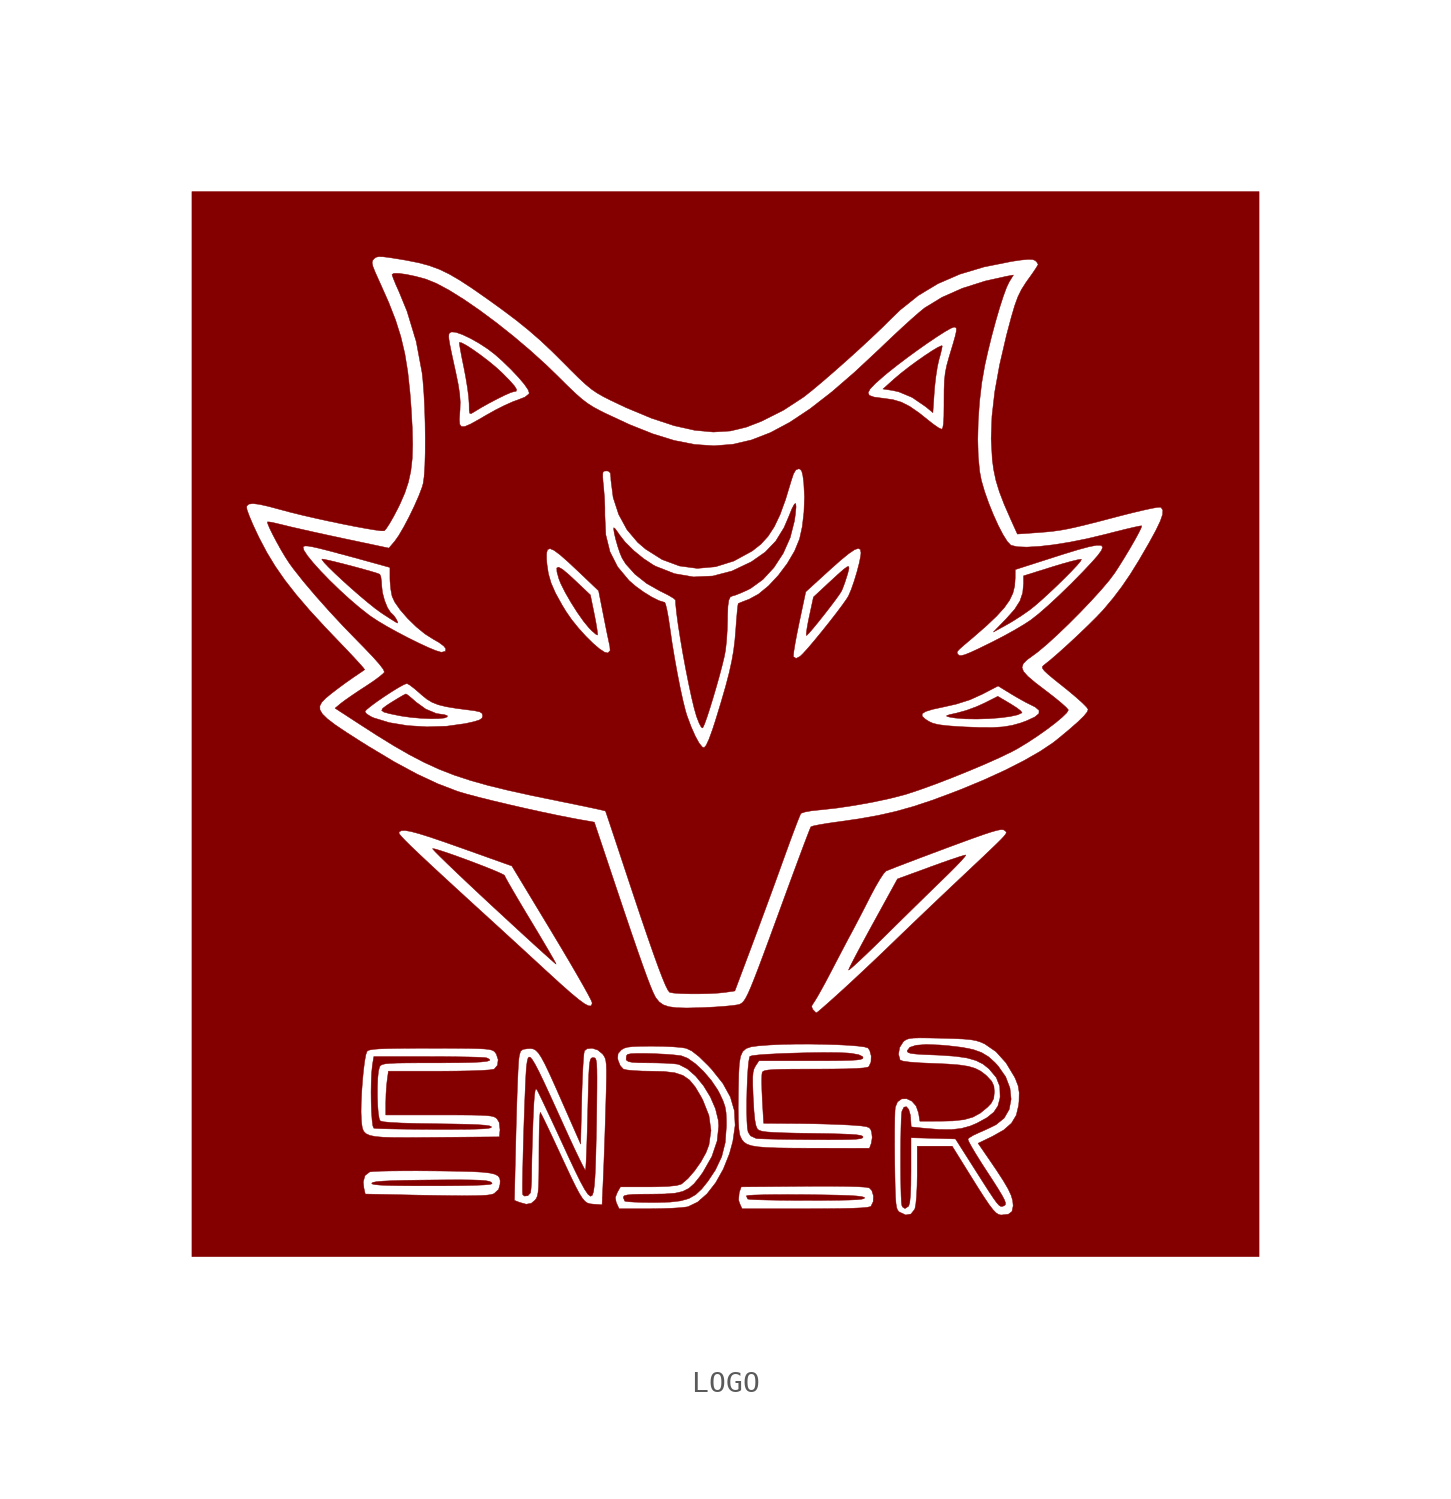
<source format=kicad_sym>
(kicad_symbol_lib
  (version 20210619)
  (generator bitmap2component)
  (symbol "LOGO"
    (pin_names
      (offset 1.016))
    (property "Reference" "#G"
      (at 0 24.373 0)
      (effects (font (size 1.27 1.27)) hide))
    (symbol "LOGO_0_0"
      (polyline (pts (xy 25.106 25.008) (xy -25.106 25.008) (xy -25.106 10.17) (xy -22.537 10.17) (xy -22.52 10.221) (xy -22.427 10.304) (xy -22.239 10.329) (xy -21.936 10.293) (xy -21.493 10.194) (xy -20.889 10.032) (xy -20.487 9.924) (xy -19.94 9.789) (xy -19.334 9.649) (xy -18.7 9.51) (xy -18.07 9.378) (xy -17.473 9.259) (xy -16.942 9.161) (xy -16.509 9.089) (xy -16.203 9.049) (xy -16.057 9.049) (xy -15.969 9.141) (xy -15.813 9.377) (xy -15.617 9.718) (xy -15.404 10.127) (xy -15.314 10.312) (xy -15.088 10.831) (xy -14.921 11.335) (xy -14.806 11.858) (xy -14.741 12.436) (xy -14.72 13.103) (xy -14.738 13.893) (xy -14.791 14.843) (xy -14.845 15.55) (xy -14.948 16.521) (xy -15.087 17.38) (xy -15.275 18.178) (xy -15.524 18.967) (xy -15.848 19.797) (xy -16.258 20.72) (xy -16.308 20.828) (xy -16.485 21.223) (xy -16.589 21.485) (xy -16.627 21.651) (xy -16.609 21.758) (xy -16.545 21.842) (xy -16.531 21.856) (xy -16.444 21.919) (xy -16.322 21.948) (xy -16.127 21.944) (xy -15.818 21.906) (xy -15.356 21.833) (xy -15.022 21.777) (xy -14.444 21.662) (xy -13.942 21.528) (xy -13.478 21.358) (xy -13.012 21.135) (xy -12.508 20.842) (xy -11.926 20.461) (xy -11.229 19.975) (xy -10.562 19.495) (xy -9.879 18.983) (xy -9.282 18.503) (xy -8.725 18.019) (xy -8.163 17.491) (xy -7.551 16.883) (xy -7.328 16.656) (xy -6.918 16.25) (xy -6.59 15.945) (xy -6.31 15.714) (xy -6.041 15.529) (xy -5.747 15.361) (xy -5.394 15.182) (xy -4.663 14.837) (xy -3.484 14.346) (xy -2.418 13.994) (xy -1.452 13.778) (xy -0.574 13.696) (xy 0.23 13.745) (xy 0.974 13.924) (xy 1.703 14.207) (xy 2.737 14.728) (xy 3.678 15.343) (xy 3.691 15.353) (xy 4.07 15.653) (xy 4.555 16.059) (xy 5.112 16.541) (xy 5.707 17.067) (xy 6.306 17.609) (xy 6.875 18.136) (xy 7.382 18.618) (xy 7.792 19.024) (xy 8.223 19.441) (xy 9.072 20.12) (xy 9.993 20.675) (xy 11.015 21.119) (xy 12.165 21.464) (xy 13.47 21.724) (xy 13.901 21.788) (xy 14.242 21.82) (xy 14.455 21.812) (xy 14.573 21.764) (xy 14.645 21.695) (xy 14.71 21.586) (xy 14.705 21.568) (xy 14.619 21.423) (xy 14.453 21.175) (xy 14.232 20.866) (xy 14.141 20.738) (xy 13.928 20.404) (xy 13.759 20.061) (xy 13.608 19.648) (xy 13.448 19.103) (xy 13.222 18.254) (xy 12.896 16.851) (xy 12.668 15.585) (xy 12.537 14.434) (xy 12.5 13.38) (xy 12.553 12.403) (xy 12.617 11.925) (xy 12.724 11.416) (xy 12.885 10.888) (xy 13.114 10.29) (xy 13.428 9.572) (xy 13.734 8.896) (xy 14.67 8.961) (xy 14.697 8.963) (xy 15.082 8.993) (xy 15.427 9.029) (xy 15.763 9.076) (xy 16.124 9.142) (xy 16.542 9.234) (xy 17.051 9.357) (xy 17.684 9.518) (xy 18.472 9.725) (xy 18.53 9.74) (xy 19.105 9.886) (xy 19.616 10.008) (xy 20.034 10.099) (xy 20.325 10.152) (xy 20.458 10.16) (xy 20.5 10.139) (xy 20.578 10.022) (xy 20.566 9.815) (xy 20.457 9.501) (xy 20.247 9.062) (xy 19.93 8.481) (xy 19.465 7.679) (xy 19.046 7.003) (xy 18.649 6.421) (xy 18.246 5.889) (xy 17.807 5.365) (xy 17.756 5.307) (xy 17.447 4.982) (xy 17.044 4.582) (xy 16.586 4.143) (xy 16.112 3.702) (xy 15.659 3.294) (xy 15.266 2.955) (xy 14.971 2.72) (xy 14.963 2.714) (xy 14.909 2.654) (xy 14.916 2.576) (xy 15.002 2.461) (xy 15.187 2.288) (xy 15.489 2.037) (xy 15.927 1.687) (xy 16.109 1.541) (xy 16.486 1.225) (xy 16.789 0.954) (xy 16.991 0.751) (xy 17.064 0.642) (xy 17.02 0.525) (xy 16.861 0.33) (xy 16.577 0.053) (xy 16.156 -0.316) (xy 15.587 -0.787) (xy 15.405 -0.928) (xy 14.795 -1.335) (xy 14.032 -1.771) (xy 13.141 -2.223) (xy 12.149 -2.676) (xy 11.082 -3.119) (xy 10.693 -3.27) (xy 9.719 -3.632) (xy 8.843 -3.922) (xy 8.012 -4.155) (xy 7.172 -4.345) (xy 6.268 -4.506) (xy 5.244 -4.652) (xy 4.789 -4.717) (xy 4.405 -4.782) (xy 4.134 -4.838) (xy 4.018 -4.879) (xy 4.013 -4.887) (xy 3.953 -5.031) (xy 3.835 -5.335) (xy 3.667 -5.777) (xy 3.457 -6.339) (xy 3.213 -6.999) (xy 2.941 -7.736) (xy 2.65 -8.532) (xy 2.405 -9.201) (xy 2.064 -10.132) (xy 1.779 -10.903) (xy 1.544 -11.53) (xy 1.351 -12.029) (xy 1.195 -12.416) (xy 1.069 -12.705) (xy 0.965 -12.912) (xy 0.878 -13.053) (xy 0.801 -13.144) (xy 0.727 -13.199) (xy 0.65 -13.235) (xy 0.6 -13.248) (xy 0.352 -13.286) (xy -0.033 -13.324) (xy -0.044 -13.325) (xy 4.048 -13.325) (xy 4.144 -13.164) (xy 4.17 -13.129) (xy 4.295 -12.928) (xy 4.481 -12.601) (xy 4.708 -12.187) (xy 4.954 -11.719) (xy 5.009 -11.614) (xy 5.279 -11.096) (xy 5.541 -10.596) (xy 5.768 -10.165) (xy 5.934 -9.856) (xy 6.082 -9.578) (xy 6.307 -9.147) (xy 6.561 -8.655) (xy 6.811 -8.164) (xy 6.826 -8.134) (xy 7.053 -7.708) (xy 7.265 -7.345) (xy 7.438 -7.085) (xy 7.55 -6.964) (xy 7.56 -6.958) (xy 7.725 -6.89) (xy 8.043 -6.765) (xy 8.492 -6.593) (xy 9.044 -6.383) (xy 9.676 -6.145) (xy 10.362 -5.889) (xy 11.022 -5.645) (xy 11.663 -5.411) (xy 12.157 -5.237) (xy 12.525 -5.117) (xy 12.787 -5.044) (xy 12.962 -5.012) (xy 13.07 -5.016) (xy 13.132 -5.049) (xy 13.133 -5.049) (xy 13.175 -5.085) (xy 13.206 -5.117) (xy 13.214 -5.157) (xy 13.184 -5.221) (xy 13.104 -5.323) (xy 12.961 -5.476) (xy 12.741 -5.694) (xy 12.432 -5.991) (xy 12.02 -6.382) (xy 11.492 -6.88) (xy 10.835 -7.499) (xy 10.674 -7.65) (xy 10.072 -8.221) (xy 9.44 -8.822) (xy 8.821 -9.413) (xy 8.259 -9.953) (xy 7.797 -10.399) (xy 7.568 -10.62) (xy 7.018 -11.145) (xy 6.44 -11.69) (xy 5.889 -12.204) (xy 5.421 -12.633) (xy 5.219 -12.816) (xy 4.859 -13.139) (xy 4.565 -13.397) (xy 4.364 -13.569) (xy 4.281 -13.632) (xy 4.237 -13.606) (xy 4.117 -13.483) (xy 4.107 -13.47) (xy 4.048 -13.325) (xy -0.044 -13.325) (xy -0.513 -13.358) (xy -1.047 -13.385) (xy -1.174 -13.389) (xy -1.822 -13.404) (xy -2.311 -13.391) (xy -2.67 -13.342) (xy -2.93 -13.253) (xy -3.121 -13.117) (xy -3.273 -12.928) (xy -3.318 -12.852) (xy -3.416 -12.648) (xy -3.542 -12.342) (xy -3.702 -11.924) (xy -3.899 -11.379) (xy -4.139 -10.697) (xy -4.426 -9.864) (xy -4.763 -8.869) (xy -5.155 -7.7) (xy -6.172 -4.661) (xy -6.886 -4.534) (xy -7.245 -4.467) (xy -7.928 -4.332) (xy -8.682 -4.173) (xy -9.469 -3.999) (xy -10.25 -3.82) (xy -10.989 -3.644) (xy -11.647 -3.479) (xy -12.189 -3.335) (xy -12.575 -3.22) (xy -12.618 -3.206) (xy -13.531 -2.857) (xy -14.515 -2.398) (xy -15.591 -1.817) (xy -16.781 -1.104) (xy -17.19 -0.848) (xy -17.85 -0.426) (xy -18.359 -0.083) (xy -18.727 0.197) (xy -18.964 0.428) (xy -19.081 0.626) (xy -19.088 0.805) (xy -18.997 0.98) (xy -18.818 1.166) (xy -18.562 1.378) (xy -18.249 1.618) (xy -17.849 1.913) (xy -17.505 2.154) (xy -17.282 2.305) (xy -17.072 2.447) (xy -16.977 2.514) (xy -16.977 2.517) (xy -17.047 2.611) (xy -17.232 2.82) (xy -17.511 3.123) (xy -17.864 3.497) (xy -18.272 3.922) (xy -18.823 4.498) (xy -19.572 5.313) (xy -20.201 6.047) (xy -20.732 6.726) (xy -21.184 7.377) (xy -21.578 8.026) (xy -21.933 8.699) (xy -22.028 8.895) (xy -22.239 9.349) (xy -22.403 9.737) (xy -22.508 10.023) (xy -22.537 10.17) (xy -25.106 10.17) (xy -25.106 -5.16) (xy -15.368 -5.16) (xy -15.34 -5.109) (xy -15.245 -5.059) (xy -15.074 -5.054) (xy -14.809 -5.099) (xy -14.432 -5.199) (xy -13.926 -5.357) (xy -13.273 -5.578) (xy -12.455 -5.866) (xy -10.052 -6.723) (xy -8.164 -9.848) (xy -8.14 -9.889) (xy -7.713 -10.601) (xy -7.321 -11.263) (xy -6.975 -11.858) (xy -6.686 -12.364) (xy -6.466 -12.762) (xy -6.326 -13.033) (xy -6.276 -13.155) (xy -6.282 -13.222) (xy -6.33 -13.305) (xy -6.442 -13.303) (xy -6.629 -13.207) (xy -6.904 -13.007) (xy -7.28 -12.696) (xy -7.769 -12.264) (xy -8.385 -11.702) (xy -8.615 -11.49) (xy -9.177 -10.973) (xy -9.735 -10.46) (xy -10.254 -9.985) (xy -10.698 -9.578) (xy -11.033 -9.272) (xy -11.805 -8.568) (xy -12.649 -7.795) (xy -13.362 -7.139) (xy -13.952 -6.592) (xy -14.427 -6.146) (xy -14.796 -5.794) (xy -15.066 -5.527) (xy -15.246 -5.337) (xy -15.344 -5.217) (xy -15.368 -5.16) (xy -25.106 -5.16) (xy -25.106 -18.295) (xy -17.148 -18.295) (xy -17.141 -17.847) (xy -17.117 -17.343) (xy -17.079 -16.823) (xy -17.032 -16.332) (xy -16.979 -15.911) (xy -16.922 -15.601) (xy -16.867 -15.445) (xy -16.827 -15.412) (xy -16.726 -15.376) (xy -16.552 -15.348) (xy -16.286 -15.328) (xy -15.906 -15.314) (xy -15.393 -15.305) (xy -14.724 -15.3) (xy -13.88 -15.299) (xy -13.349 -15.299) (xy -12.629 -15.301) (xy -12.07 -15.306) (xy -11.65 -15.316) (xy -11.345 -15.332) (xy -11.136 -15.354) (xy -10.998 -15.386) (xy -10.911 -15.426) (xy -10.852 -15.478) (xy -10.786 -15.566) (xy -10.697 -15.836) (xy -10.729 -16.098) (xy -10.879 -16.276) (xy -10.898 -16.284) (xy -11.1 -16.316) (xy -11.476 -16.342) (xy -12.008 -16.361) (xy -12.677 -16.373) (xy -13.465 -16.378) (xy -15.861 -16.378) (xy -15.923 -16.833) (xy -15.944 -17.022) (xy -15.974 -17.445) (xy -15.985 -17.862) (xy -15.985 -18.437) (xy -13.451 -18.437) (xy -13.291 -18.437) (xy -12.552 -18.438) (xy -11.98 -18.442) (xy -11.553 -18.451) (xy -11.245 -18.467) (xy -11.035 -18.49) (xy -10.898 -18.523) (xy -10.81 -18.567) (xy -10.747 -18.624) (xy -10.647 -18.793) (xy -10.609 -19.139) (xy -10.64 -19.467) (xy -13.643 -19.493) (xy -14.112 -19.497) (xy -14.932 -19.502) (xy -15.584 -19.5) (xy -16.09 -19.486) (xy -16.467 -19.454) (xy -16.735 -19.4) (xy -16.915 -19.318) (xy -17.026 -19.205) (xy -17.086 -19.055) (xy -17.116 -18.863) (xy -17.136 -18.625) (xy -17.148 -18.295) (xy -25.106 -18.295) (xy -25.106 -21.586) (xy -17.045 -21.586) (xy -16.962 -21.288) (xy -16.74 -21.117) (xy -16.734 -21.115) (xy -16.565 -21.097) (xy -16.23 -21.082) (xy -15.756 -21.072) (xy -15.171 -21.066) (xy -14.503 -21.065) (xy -13.779 -21.07) (xy -13.327 -21.075) (xy -12.535 -21.087) (xy -11.911 -21.104) (xy -11.435 -21.131) (xy -11.088 -21.171) (xy -10.85 -21.227) (xy -10.703 -21.305) (xy -10.627 -21.407) (xy -10.602 -21.538) (xy -10.61 -21.702) (xy -10.676 -21.94) (xy -10.886 -22.136) (xy -10.944 -22.159) (xy -11.063 -22.189) (xy -11.239 -22.212) (xy -11.489 -22.227) (xy -11.83 -22.236) (xy -12.279 -22.239) (xy -12.854 -22.235) (xy -13.573 -22.225) (xy -14.454 -22.21) (xy -15.512 -22.188) (xy -16.951 -22.159) (xy -17.015 -21.869) (xy -17.045 -21.586) (xy -25.106 -21.586) (xy -25.106 -22.454) (xy -9.933 -22.454) (xy -9.859 -19.342) (xy -9.85 -18.992) (xy -9.829 -18.224) (xy -9.806 -17.512) (xy -9.783 -16.885) (xy -9.761 -16.37) (xy -9.74 -15.996) (xy -9.722 -15.789) (xy -9.697 -15.625) (xy -9.639 -15.433) (xy -9.524 -15.35) (xy -9.303 -15.318) (xy -9.177 -15.312) (xy -9.047 -15.331) (xy -8.925 -15.396) (xy -8.8 -15.526) (xy -8.659 -15.74) (xy -8.49 -16.057) (xy -8.28 -16.497) (xy -8.017 -17.079) (xy -7.689 -17.821) (xy -6.816 -19.805) (xy -6.764 -17.674) (xy -6.758 -17.428) (xy -6.737 -16.817) (xy -6.713 -16.28) (xy -6.687 -15.848) (xy -6.661 -15.552) (xy -6.636 -15.421) (xy -6.515 -15.322) (xy -6.275 -15.297) (xy -6.009 -15.383) (xy -5.784 -15.568) (xy -5.726 -15.647) (xy -5.671 -15.747) (xy -5.633 -15.877) (xy -5.61 -16.064) (xy -5.6 -16.337) (xy -5.602 -16.724) (xy -5.613 -17.251) (xy -5.632 -17.947) (xy -5.632 -17.95) (xy -5.654 -18.681) (xy -5.678 -19.444) (xy -5.704 -20.184) (xy -5.728 -20.841) (xy -5.749 -21.36) (xy -5.792 -22.32) (xy -5.184 -22.32) (xy -5.09 -22.081) (xy -4.943 -21.82) (xy -3.624 -21.82) (xy -3.313 -21.819) (xy -2.72 -21.799) (xy -2.311 -21.759) (xy -2.093 -21.699) (xy -2.054 -21.675) (xy -1.77 -21.432) (xy -1.458 -21.071) (xy -1.16 -20.648) (xy -0.919 -20.215) (xy -0.778 -19.844) (xy -0.683 -19.169) (xy -0.779 -18.465) (xy -1.066 -17.74) (xy -1.156 -17.57) (xy -1.427 -17.115) (xy -1.695 -16.791) (xy -2.001 -16.578) (xy -2.383 -16.452) (xy -2.881 -16.393) (xy -3.534 -16.378) (xy -3.904 -16.372) (xy -4.319 -16.352) (xy -4.635 -16.32) (xy -4.804 -16.28) (xy -4.805 -16.279) (xy -4.953 -16.118) (xy -5.054 -15.869) (xy -5.075 -15.758) (xy -5.055 -15.548) (xy -4.904 -15.378) (xy -4.901 -15.375) (xy -4.779 -15.3) (xy -4.61 -15.25) (xy -4.356 -15.22) (xy -3.98 -15.205) (xy -3.446 -15.201) (xy -2.938 -15.209) (xy -2.466 -15.231) (xy -2.086 -15.262) (xy -1.85 -15.301) (xy -1.585 -15.427) (xy -1.241 -15.696) (xy -0.81 -16.119) (xy -0.646 -16.296) (xy -0.121 -16.956) (xy 0.23 -17.593) (xy 0.378 -18.102) (xy 0.597 -18.102) (xy 0.605 -17.359) (xy 0.609 -17.147) (xy 0.623 -16.504) (xy 0.65 -16.024) (xy 0.707 -15.682) (xy 0.809 -15.453) (xy 0.972 -15.311) (xy 1.211 -15.23) (xy 1.544 -15.186) (xy 1.986 -15.152) (xy 2.15 -15.141) (xy 2.705 -15.116) (xy 3.324 -15.104) (xy 3.974 -15.103) (xy 4.621 -15.113) (xy 5.235 -15.132) (xy 5.783 -15.16) (xy 6.232 -15.196) (xy 6.549 -15.238) (xy 6.703 -15.286) (xy 6.784 -15.395) (xy 6.856 -15.661) (xy 6.845 -15.949) (xy 6.747 -16.162) (xy 6.69 -16.19) (xy 6.5 -16.224) (xy 6.171 -16.249) (xy 5.689 -16.267) (xy 5.039 -16.276) (xy 4.208 -16.279) (xy 3.857 -16.28) (xy 3.174 -16.282) (xy 2.655 -16.289) (xy 2.277 -16.302) (xy 2.018 -16.321) (xy 1.855 -16.349) (xy 1.766 -16.386) (xy 1.727 -16.435) (xy 1.71 -16.561) (xy 1.704 -16.85) (xy 1.711 -17.248) (xy 1.731 -17.709) (xy 1.795 -18.829) (xy 3.374 -18.84) (xy 3.587 -18.842) (xy 4.23 -18.853) (xy 4.869 -18.87) (xy 5.439 -18.891) (xy 5.878 -18.914) (xy 6.004 -18.922) (xy 6.391 -18.953) (xy 6.632 -18.988) (xy 6.766 -19.041) (xy 6.835 -19.125) (xy 6.877 -19.256) (xy 6.903 -19.497) (xy 6.877 -19.672) (xy 7.955 -19.672) (xy 7.957 -19.092) (xy 7.964 -18.61) (xy 7.975 -18.259) (xy 7.991 -18.07) (xy 8.096 -17.819) (xy 8.291 -17.68) (xy 8.53 -17.674) (xy 8.769 -17.788) (xy 8.968 -18.014) (xy 9.083 -18.341) (xy 9.146 -18.731) (xy 10.187 -18.729) (xy 10.703 -18.716) (xy 11.223 -18.659) (xy 11.637 -18.542) (xy 11.99 -18.35) (xy 12.332 -18.069) (xy 12.497 -17.896) (xy 12.62 -17.663) (xy 12.651 -17.355) (xy 12.629 -17.081) (xy 12.527 -16.855) (xy 12.305 -16.614) (xy 12.236 -16.551) (xy 12.006 -16.375) (xy 11.747 -16.244) (xy 11.426 -16.149) (xy 11.01 -16.085) (xy 10.465 -16.041) (xy 9.758 -16.011) (xy 9.151 -15.985) (xy 8.662 -15.948) (xy 8.346 -15.903) (xy 8.215 -15.852) (xy 8.214 -15.851) (xy 8.14 -15.577) (xy 8.194 -15.262) (xy 8.361 -14.999) (xy 8.413 -14.952) (xy 8.51 -14.888) (xy 8.641 -14.845) (xy 8.838 -14.82) (xy 9.133 -14.811) (xy 9.56 -14.815) (xy 10.15 -14.827) (xy 10.746 -14.844) (xy 11.2 -14.865) (xy 11.532 -14.895) (xy 11.782 -14.939) (xy 11.987 -15.003) (xy 12.185 -15.09) (xy 12.203 -15.099) (xy 12.726 -15.459) (xy 13.199 -15.984) (xy 13.597 -16.644) (xy 13.644 -16.741) (xy 13.77 -17.069) (xy 13.819 -17.383) (xy 13.811 -17.788) (xy 13.793 -17.981) (xy 13.681 -18.449) (xy 13.457 -18.824) (xy 13.092 -19.144) (xy 12.56 -19.444) (xy 11.885 -19.77) (xy 12.521 -20.697) (xy 12.753 -21.039) (xy 13.073 -21.532) (xy 13.297 -21.914) (xy 13.438 -22.215) (xy 13.512 -22.463) (xy 13.534 -22.689) (xy 13.533 -22.728) (xy 13.479 -22.98) (xy 13.31 -23.108) (xy 12.991 -23.144) (xy 12.95 -23.143) (xy 12.841 -23.115) (xy 12.723 -23.037) (xy 12.582 -22.889) (xy 12.402 -22.652) (xy 12.168 -22.306) (xy 11.864 -21.831) (xy 11.475 -21.207) (xy 10.668 -19.908) (xy 9.022 -19.908) (xy 9.022 -21.217) (xy 9.022 -21.287) (xy 9.012 -21.8) (xy 8.989 -22.261) (xy 8.955 -22.622) (xy 8.915 -22.835) (xy 8.898 -22.881) (xy 8.725 -23.099) (xy 8.479 -23.143) (xy 8.183 -23.005) (xy 8.141 -22.97) (xy 8.089 -22.897) (xy 8.05 -22.779) (xy 8.021 -22.59) (xy 8 -22.305) (xy 7.985 -21.9) (xy 7.973 -21.349) (xy 7.962 -20.627) (xy 7.959 -20.316) (xy 7.955 -19.672) (xy 6.877 -19.672) (xy 6.861 -19.77) (xy 6.772 -20.006) (xy 4.097 -20.002) (xy 3.989 -20.002) (xy 3.133 -19.998) (xy 2.449 -19.988) (xy 1.917 -19.968) (xy 1.513 -19.934) (xy 1.219 -19.884) (xy 1.011 -19.812) (xy 0.869 -19.716) (xy 0.77 -19.593) (xy 0.695 -19.439) (xy 0.666 -19.344) (xy 0.627 -19.076) (xy 0.604 -18.669) (xy 0.597 -18.102) (xy 0.378 -18.102) (xy 0.418 -18.239) (xy 0.453 -18.924) (xy 0.345 -19.68) (xy 0.185 -20.265) (xy -0.103 -20.985) (xy -0.46 -21.622) (xy -0.868 -22.147) (xy -1.198 -22.437) (xy 0.614 -22.437) (xy 0.647 -22.086) (xy 0.74 -21.82) (xy 3.659 -21.794) (xy 4.087 -21.791) (xy 4.983 -21.79) (xy 5.705 -21.798) (xy 6.247 -21.814) (xy 6.604 -21.838) (xy 6.771 -21.872) (xy 6.884 -21.992) (xy 6.96 -22.242) (xy 6.949 -22.518) (xy 6.845 -22.733) (xy 6.816 -22.75) (xy 6.668 -22.783) (xy 6.394 -22.808) (xy 5.979 -22.827) (xy 5.411 -22.84) (xy 4.673 -22.848) (xy 3.754 -22.85) (xy 0.78 -22.85) (xy 0.667 -22.601) (xy 0.614 -22.437) (xy -1.198 -22.437) (xy -1.308 -22.534) (xy -1.759 -22.752) (xy -1.816 -22.764) (xy -2.096 -22.798) (xy -2.51 -22.825) (xy -3.013 -22.843) (xy -3.557 -22.85) (xy -5.006 -22.85) (xy -5.122 -22.596) (xy -5.144 -22.544) (xy -5.184 -22.32) (xy -5.792 -22.32) (xy -5.807 -22.664) (xy -6.212 -22.635) (xy -6.242 -22.632) (xy -6.38 -22.616) (xy -6.5 -22.578) (xy -6.613 -22.498) (xy -6.733 -22.358) (xy -6.873 -22.136) (xy -7.044 -21.815) (xy -7.26 -21.374) (xy -7.532 -20.794) (xy -7.875 -20.055) (xy -7.875 -20.055) (xy -8.121 -19.526) (xy -8.342 -19.059) (xy -8.523 -18.683) (xy -8.651 -18.426) (xy -8.711 -18.319) (xy -8.717 -18.32) (xy -8.736 -18.439) (xy -8.752 -18.718) (xy -8.766 -19.131) (xy -8.774 -19.65) (xy -8.777 -20.246) (xy -8.777 -20.303) (xy -8.779 -20.969) (xy -8.785 -21.47) (xy -8.798 -21.832) (xy -8.82 -22.083) (xy -8.853 -22.25) (xy -8.9 -22.363) (xy -8.964 -22.448) (xy -9.137 -22.593) (xy -9.374 -22.638) (xy -9.698 -22.548) (xy -9.933 -22.454) (xy -25.106 -22.454) (xy -25.106 -25.106) (xy 25.106 -25.106) (xy 25.106 25.008)) (stroke (width 0.01)) (fill (type outline)))
      (polyline (pts (xy 8.611 -22.733) (xy 8.62 -22.721) (xy 8.668 -22.561) (xy 8.702 -22.238) (xy 8.722 -21.742) (xy 8.728 -21.062) (xy 8.728 -19.509) (xy 10.821 -19.565) (xy 11.783 -21.078) (xy 12.118 -21.605) (xy 12.402 -22.046) (xy 12.611 -22.36) (xy 12.761 -22.567) (xy 12.868 -22.686) (xy 12.948 -22.738) (xy 13.016 -22.742) (xy 13.089 -22.718) (xy 13.116 -22.706) (xy 13.168 -22.659) (xy 13.175 -22.576) (xy 13.127 -22.436) (xy 13.011 -22.216) (xy 12.819 -21.897) (xy 12.539 -21.458) (xy 12.16 -20.876) (xy 12.038 -20.687) (xy 11.78 -20.274) (xy 11.576 -19.93) (xy 11.445 -19.686) (xy 11.406 -19.573) (xy 11.455 -19.52) (xy 11.645 -19.402) (xy 11.923 -19.272) (xy 12.082 -19.204) (xy 12.44 -19.04) (xy 12.729 -18.896) (xy 12.732 -18.894) (xy 13.112 -18.587) (xy 13.348 -18.177) (xy 13.439 -17.695) (xy 13.385 -17.174) (xy 13.184 -16.645) (xy 12.834 -16.141) (xy 12.678 -15.971) (xy 12.376 -15.699) (xy 12.051 -15.502) (xy 11.66 -15.362) (xy 11.159 -15.261) (xy 10.505 -15.182) (xy 10.088 -15.146) (xy 9.437 -15.122) (xy 8.967 -15.158) (xy 8.673 -15.253) (xy 8.553 -15.409) (xy 8.552 -15.447) (xy 8.595 -15.501) (xy 8.72 -15.541) (xy 8.957 -15.571) (xy 9.332 -15.595) (xy 9.876 -15.617) (xy 10.156 -15.629) (xy 10.838 -15.679) (xy 11.369 -15.758) (xy 11.783 -15.876) (xy 12.112 -16.04) (xy 12.389 -16.259) (xy 12.405 -16.274) (xy 12.74 -16.675) (xy 12.905 -17.091) (xy 12.921 -17.574) (xy 12.912 -17.656) (xy 12.817 -18.016) (xy 12.622 -18.309) (xy 12.295 -18.571) (xy 11.806 -18.835) (xy 11.508 -18.96) (xy 11.093 -19.073) (xy 10.622 -19.125) (xy 10.051 -19.12) (xy 9.336 -19.061) (xy 8.738 -18.998) (xy 8.709 -18.547) (xy 8.697 -18.436) (xy 8.623 -18.178) (xy 8.514 -18.05) (xy 8.397 -18.07) (xy 8.301 -18.261) (xy 8.287 -18.361) (xy 8.269 -18.644) (xy 8.256 -19.057) (xy 8.247 -19.564) (xy 8.242 -20.128) (xy 8.241 -20.714) (xy 8.244 -21.285) (xy 8.251 -21.805) (xy 8.262 -22.237) (xy 8.278 -22.546) (xy 8.297 -22.695) (xy 8.332 -22.769) (xy 8.445 -22.842) (xy 8.611 -22.733)) (stroke (width 0.01)) (fill (type outline)))
      (polyline (pts (xy -3.246 -22.555) (xy -2.602 -22.537) (xy -2.107 -22.479) (xy -1.72 -22.368) (xy -1.405 -22.187) (xy -1.121 -21.923) (xy -0.829 -21.559) (xy -0.478 -21.032) (xy -0.179 -20.401) (xy -0.013 -19.737) (xy 0.042 -18.975) (xy 0.042 -18.709) (xy 0.028 -18.339) (xy -0.02 -18.052) (xy -0.114 -17.776) (xy -0.271 -17.439) (xy -0.37 -17.255) (xy -0.671 -16.809) (xy -1.03 -16.389) (xy -1.411 -16.031) (xy -1.775 -15.773) (xy -2.085 -15.651) (xy -2.412 -15.612) (xy -2.841 -15.579) (xy -3.305 -15.556) (xy -3.76 -15.543) (xy -4.158 -15.543) (xy -4.453 -15.556) (xy -4.599 -15.584) (xy -4.66 -15.65) (xy -4.676 -15.828) (xy -4.654 -15.867) (xy -4.562 -15.927) (xy -4.378 -15.963) (xy -4.067 -15.98) (xy -3.595 -15.985) (xy -3.306 -15.988) (xy -2.861 -16) (xy -2.494 -16.021) (xy -2.264 -16.047) (xy -2.183 -16.068) (xy -1.794 -16.268) (xy -1.401 -16.614) (xy -1.03 -17.068) (xy -0.712 -17.59) (xy -0.472 -18.143) (xy -0.339 -18.689) (xy -0.319 -18.952) (xy -0.393 -19.66) (xy -0.641 -20.393) (xy -1.056 -21.123) (xy -1.222 -21.357) (xy -1.478 -21.674) (xy -1.73 -21.895) (xy -2.019 -22.038) (xy -2.385 -22.119) (xy -2.867 -22.155) (xy -3.504 -22.164) (xy -3.933 -22.166) (xy -4.353 -22.177) (xy -4.621 -22.201) (xy -4.764 -22.239) (xy -4.805 -22.294) (xy -4.802 -22.342) (xy -4.74 -22.491) (xy -4.733 -22.495) (xy -4.586 -22.519) (xy -4.289 -22.538) (xy -3.88 -22.551) (xy -3.398 -22.556) (xy -3.246 -22.555)) (stroke (width 0.01)) (fill (type outline)))
      (polyline (pts (xy 4.623 -22.456) (xy 5.294 -22.451) (xy 5.802 -22.441) (xy 6.164 -22.425) (xy 6.397 -22.402) (xy 6.519 -22.373) (xy 6.546 -22.335) (xy 6.52 -22.31) (xy 6.396 -22.276) (xy 6.159 -22.249) (xy 5.792 -22.227) (xy 5.277 -22.21) (xy 4.6 -22.197) (xy 3.743 -22.187) (xy 3.62 -22.186) (xy 2.917 -22.183) (xy 2.286 -22.186) (xy 1.752 -22.194) (xy 1.34 -22.206) (xy 1.075 -22.223) (xy 0.981 -22.244) (xy 0.981 -22.251) (xy 1.046 -22.392) (xy 1.05 -22.395) (xy 1.183 -22.412) (xy 1.484 -22.427) (xy 1.927 -22.439) (xy 2.486 -22.449) (xy 3.135 -22.456) (xy 3.849 -22.458) (xy 4.623 -22.456)) (stroke (width 0.01)) (fill (type outline)))
      (polyline (pts (xy -6.267 -22.217) (xy -6.21 -22.045) (xy -6.171 -21.755) (xy -6.141 -21.355) (xy -6.133 -21.214) (xy -6.115 -20.775) (xy -6.098 -20.201) (xy -6.082 -19.534) (xy -6.068 -18.818) (xy -6.058 -18.094) (xy -6.055 -17.869) (xy -6.048 -17.181) (xy -6.046 -16.66) (xy -6.051 -16.283) (xy -6.063 -16.026) (xy -6.086 -15.866) (xy -6.119 -15.781) (xy -6.166 -15.746) (xy -6.227 -15.74) (xy -6.268 -15.743) (xy -6.318 -15.767) (xy -6.358 -15.834) (xy -6.388 -15.966) (xy -6.412 -16.185) (xy -6.432 -16.512) (xy -6.449 -16.971) (xy -6.465 -17.582) (xy -6.484 -18.367) (xy -6.484 -18.368) (xy -6.502 -19.066) (xy -6.521 -19.697) (xy -6.54 -20.235) (xy -6.559 -20.656) (xy -6.575 -20.932) (xy -6.59 -21.039) (xy -6.617 -21.007) (xy -6.716 -20.826) (xy -6.875 -20.506) (xy -7.083 -20.071) (xy -7.328 -19.545) (xy -7.599 -18.951) (xy -7.905 -18.276) (xy -8.259 -17.499) (xy -8.546 -16.88) (xy -8.774 -16.405) (xy -8.951 -16.064) (xy -9.084 -15.842) (xy -9.18 -15.729) (xy -9.248 -15.712) (xy -9.296 -15.777) (xy -9.33 -15.913) (xy -9.359 -16.108) (xy -9.374 -16.263) (xy -9.394 -16.597) (xy -9.416 -17.057) (xy -9.439 -17.616) (xy -9.462 -18.242) (xy -9.485 -18.908) (xy -9.505 -19.583) (xy -9.523 -20.238) (xy -9.537 -20.844) (xy -9.547 -21.371) (xy -9.552 -21.791) (xy -9.55 -22.073) (xy -9.541 -22.188) (xy -9.459 -22.254) (xy -9.3 -22.236) (xy -9.18 -22.107) (xy -9.175 -22.093) (xy -9.148 -21.901) (xy -9.128 -21.582) (xy -9.12 -21.2) (xy -9.119 -21.01) (xy -9.111 -20.561) (xy -9.096 -20) (xy -9.078 -19.38) (xy -9.056 -18.756) (xy -9.043 -18.435) (xy -9.017 -17.895) (xy -8.989 -17.524) (xy -8.959 -17.303) (xy -8.923 -17.213) (xy -8.88 -17.236) (xy -8.88 -17.236) (xy -8.809 -17.371) (xy -8.669 -17.658) (xy -8.472 -18.073) (xy -8.228 -18.591) (xy -7.951 -19.186) (xy -7.652 -19.834) (xy -7.43 -20.316) (xy -7.098 -21.023) (xy -6.832 -21.563) (xy -6.624 -21.944) (xy -6.466 -22.175) (xy -6.349 -22.263) (xy -6.267 -22.217)) (stroke (width 0.01)) (fill (type outline)))
      (polyline (pts (xy -13.225 -21.77) (xy -12.445 -21.762) (xy -11.821 -21.749) (xy -11.363 -21.73) (xy -11.08 -21.705) (xy -10.984 -21.675) (xy -10.984 -21.666) (xy -11.014 -21.609) (xy -11.105 -21.564) (xy -11.276 -21.531) (xy -11.548 -21.508) (xy -11.938 -21.495) (xy -12.467 -21.489) (xy -13.153 -21.491) (xy -14.016 -21.499) (xy -14.353 -21.503) (xy -15.112 -21.515) (xy -15.697 -21.531) (xy -16.127 -21.551) (xy -16.418 -21.577) (xy -16.585 -21.609) (xy -16.647 -21.649) (xy -16.648 -21.652) (xy -16.615 -21.688) (xy -16.487 -21.716) (xy -16.247 -21.738) (xy -15.88 -21.754) (xy -15.366 -21.764) (xy -14.691 -21.77) (xy -13.836 -21.771) (xy -13.225 -21.77)) (stroke (width 0.01)) (fill (type outline)))
      (polyline (pts (xy 5.431 -19.6) (xy 5.863 -19.592) (xy 6.161 -19.577) (xy 6.348 -19.553) (xy 6.445 -19.52) (xy 6.473 -19.476) (xy 6.448 -19.434) (xy 6.352 -19.398) (xy 6.163 -19.37) (xy 5.862 -19.348) (xy 5.428 -19.331) (xy 4.838 -19.316) (xy 4.073 -19.304) (xy 3.308 -19.292) (xy 2.712 -19.277) (xy 2.266 -19.259) (xy 1.947 -19.236) (xy 1.732 -19.206) (xy 1.597 -19.167) (xy 1.521 -19.118) (xy 1.494 -19.084) (xy 1.43 -18.929) (xy 1.38 -18.661) (xy 1.34 -18.253) (xy 1.307 -17.677) (xy 1.3 -17.532) (xy 1.281 -17.029) (xy 1.28 -16.676) (xy 1.3 -16.434) (xy 1.342 -16.268) (xy 1.409 -16.138) (xy 1.574 -15.887) (xy 4.139 -15.887) (xy 4.884 -15.885) (xy 5.457 -15.879) (xy 5.879 -15.868) (xy 6.17 -15.851) (xy 6.352 -15.825) (xy 6.446 -15.791) (xy 6.473 -15.747) (xy 6.446 -15.687) (xy 6.268 -15.602) (xy 5.909 -15.537) (xy 5.723 -15.521) (xy 5.338 -15.506) (xy 4.848 -15.5) (xy 4.285 -15.503) (xy 3.685 -15.514) (xy 3.079 -15.531) (xy 2.502 -15.553) (xy 1.988 -15.58) (xy 1.569 -15.61) (xy 1.279 -15.643) (xy 1.151 -15.677) (xy 1.13 -15.723) (xy 1.09 -15.943) (xy 1.056 -16.298) (xy 1.029 -16.749) (xy 1.01 -17.257) (xy 0.999 -17.781) (xy 0.998 -18.281) (xy 1.008 -18.717) (xy 1.029 -19.05) (xy 1.064 -19.239) (xy 1.178 -19.42) (xy 1.442 -19.543) (xy 1.533 -19.551) (xy 1.817 -19.563) (xy 2.246 -19.575) (xy 2.789 -19.585) (xy 3.416 -19.593) (xy 4.094 -19.599) (xy 4.846 -19.602) (xy 5.431 -19.6)) (stroke (width 0.01)) (fill (type outline)))
      (polyline (pts (xy -12.255 -19.113) (xy -11.749 -19.104) (xy -11.388 -19.089) (xy -11.156 -19.067) (xy -11.035 -19.038) (xy -11.008 -19.001) (xy -11.017 -18.988) (xy -11.109 -18.95) (xy -11.313 -18.92) (xy -11.646 -18.896) (xy -12.123 -18.877) (xy -12.764 -18.863) (xy -13.583 -18.852) (xy -13.603 -18.852) (xy -14.506 -18.838) (xy -15.224 -18.818) (xy -15.756 -18.791) (xy -16.098 -18.757) (xy -16.247 -18.718) (xy -16.292 -18.618) (xy -16.336 -18.355) (xy -16.365 -17.983) (xy -16.38 -17.55) (xy -16.378 -17.105) (xy -16.361 -16.695) (xy -16.327 -16.369) (xy -16.276 -16.175) (xy -16.263 -16.153) (xy -16.216 -16.1) (xy -16.135 -16.06) (xy -15.996 -16.03) (xy -15.776 -16.01) (xy -15.453 -15.996) (xy -15.002 -15.989) (xy -14.402 -15.986) (xy -13.628 -15.985) (xy -13.33 -15.985) (xy -12.543 -15.979) (xy -11.937 -15.967) (xy -11.501 -15.945) (xy -11.225 -15.914) (xy -11.096 -15.872) (xy -11.104 -15.818) (xy -11.237 -15.751) (xy -11.356 -15.736) (xy -11.648 -15.721) (xy -12.083 -15.709) (xy -12.634 -15.7) (xy -13.272 -15.693) (xy -13.97 -15.691) (xy -16.548 -15.691) (xy -16.609 -16.059) (xy -16.616 -16.107) (xy -16.65 -16.449) (xy -16.669 -16.88) (xy -16.677 -17.36) (xy -16.672 -17.847) (xy -16.656 -18.301) (xy -16.629 -18.682) (xy -16.594 -18.948) (xy -16.549 -19.059) (xy -16.545 -19.06) (xy -16.4 -19.073) (xy -16.088 -19.085) (xy -15.635 -19.096) (xy -15.068 -19.105) (xy -14.414 -19.112) (xy -13.697 -19.116) (xy -12.924 -19.116) (xy -12.255 -19.113)) (stroke (width 0.01)) (fill (type outline)))
      (polyline (pts (xy 5.833 -11.598) (xy 5.999 -11.457) (xy 6.269 -11.21) (xy 6.627 -10.873) (xy 7.052 -10.463) (xy 7.527 -9.998) (xy 7.745 -9.782) (xy 8.316 -9.22) (xy 8.897 -8.649) (xy 9.45 -8.107) (xy 9.939 -7.63) (xy 10.326 -7.254) (xy 10.519 -7.065) (xy 10.851 -6.732) (xy 11.108 -6.461) (xy 11.267 -6.278) (xy 11.306 -6.205) (xy 11.233 -6.219) (xy 10.999 -6.289) (xy 10.637 -6.409) (xy 10.181 -6.569) (xy 9.66 -6.757) (xy 8.091 -7.332) (xy 6.941 -9.428) (xy 6.71 -9.85) (xy 6.413 -10.399) (xy 6.16 -10.875) (xy 5.962 -11.254) (xy 5.834 -11.511) (xy 5.788 -11.62) (xy 5.833 -11.598)) (stroke (width 0.01)) (fill (type outline)))
      (polyline (pts (xy -0.753 -12.726) (xy -0.33 -12.703) (xy 0 -12.668) (xy 0.441 -12.602) (xy 1.232 -10.493) (xy 1.505 -9.761) (xy 1.827 -8.89) (xy 2.159 -7.987) (xy 2.473 -7.125) (xy 2.743 -6.375) (xy 2.828 -6.14) (xy 3.037 -5.564) (xy 3.225 -5.059) (xy 3.379 -4.654) (xy 3.49 -4.377) (xy 3.546 -4.256) (xy 3.561 -4.243) (xy 3.73 -4.184) (xy 4.029 -4.129) (xy 4.405 -4.088) (xy 4.511 -4.079) (xy 5.252 -3.996) (xy 6.083 -3.871) (xy 6.933 -3.718) (xy 7.73 -3.548) (xy 8.402 -3.376) (xy 8.522 -3.341) (xy 9.122 -3.143) (xy 9.839 -2.884) (xy 10.624 -2.583) (xy 11.429 -2.258) (xy 12.206 -1.931) (xy 12.905 -1.618) (xy 13.48 -1.341) (xy 13.785 -1.175) (xy 14.223 -0.909) (xy 14.678 -0.609) (xy 15.12 -0.297) (xy 15.517 0.004) (xy 15.838 0.272) (xy 16.054 0.483) (xy 16.133 0.615) (xy 16.126 0.632) (xy 16.012 0.758) (xy 15.776 0.968) (xy 15.447 1.236) (xy 15.054 1.539) (xy 14.58 1.901) (xy 14.228 2.199) (xy 14.021 2.431) (xy 13.952 2.623) (xy 14.011 2.798) (xy 14.191 2.98) (xy 14.484 3.192) (xy 14.693 3.347) (xy 15.11 3.696) (xy 15.601 4.143) (xy 16.134 4.654) (xy 16.676 5.198) (xy 17.197 5.743) (xy 17.665 6.257) (xy 18.047 6.707) (xy 18.312 7.061) (xy 18.498 7.346) (xy 18.77 7.782) (xy 19.031 8.216) (xy 19.262 8.617) (xy 19.443 8.95) (xy 19.556 9.182) (xy 19.582 9.283) (xy 19.495 9.274) (xy 19.246 9.222) (xy 18.866 9.134) (xy 18.387 9.015) (xy 17.839 8.875) (xy 17.831 8.873) (xy 17.008 8.676) (xy 16.203 8.515) (xy 15.444 8.393) (xy 14.76 8.314) (xy 14.178 8.282) (xy 13.728 8.298) (xy 13.438 8.367) (xy 13.419 8.378) (xy 13.257 8.551) (xy 13.057 8.871) (xy 12.833 9.301) (xy 12.604 9.807) (xy 12.384 10.352) (xy 12.191 10.9) (xy 12.041 11.416) (xy 11.959 11.847) (xy 11.892 12.544) (xy 11.87 13.354) (xy 11.891 14.231) (xy 11.954 15.132) (xy 12.057 16.011) (xy 12.199 16.826) (xy 12.347 17.487) (xy 12.523 18.202) (xy 12.709 18.895) (xy 12.894 19.531) (xy 13.069 20.076) (xy 13.223 20.496) (xy 13.348 20.758) (xy 13.548 21.083) (xy 13.222 21.024) (xy 12.222 20.802) (xy 11.143 20.459) (xy 10.186 20.035) (xy 9.383 19.545) (xy 9.346 19.517) (xy 9.094 19.311) (xy 8.739 19) (xy 8.311 18.611) (xy 7.84 18.172) (xy 7.355 17.711) (xy 7.253 17.612) (xy 6.075 16.513) (xy 4.989 15.573) (xy 4.948 15.542) (xy 6.709 15.542) (xy 6.807 15.726) (xy 7.061 15.99) (xy 7.473 16.351) (xy 7.642 16.492) (xy 8.068 16.83) (xy 8.54 17.188) (xy 9.031 17.546) (xy 9.511 17.884) (xy 9.952 18.181) (xy 10.325 18.419) (xy 10.6 18.576) (xy 10.749 18.633) (xy 10.764 18.633) (xy 10.833 18.618) (xy 10.866 18.559) (xy 10.858 18.428) (xy 10.805 18.194) (xy 10.702 17.831) (xy 10.544 17.309) (xy 10.517 17.219) (xy 10.411 16.835) (xy 10.341 16.493) (xy 10.301 16.134) (xy 10.284 15.699) (xy 10.281 15.127) (xy 10.281 14.949) (xy 10.275 14.43) (xy 10.255 14.083) (xy 10.22 13.888) (xy 10.168 13.828) (xy 10.165 13.828) (xy 10.028 13.894) (xy 9.794 14.054) (xy 9.512 14.275) (xy 9.104 14.601) (xy 8.668 14.902) (xy 8.276 15.101) (xy 7.879 15.22) (xy 7.428 15.284) (xy 7.352 15.292) (xy 6.983 15.342) (xy 6.768 15.42) (xy 6.709 15.542) (xy 4.948 15.542) (xy 3.977 14.788) (xy 3.023 14.154) (xy 2.11 13.667) (xy 1.222 13.323) (xy 0.343 13.119) (xy -0.544 13.049) (xy -1.456 13.111) (xy -2.41 13.299) (xy -3.42 13.611) (xy -4.505 14.043) (xy -5.681 14.59) (xy -5.875 14.687) (xy -6.193 14.857) (xy -6.472 15.032) (xy -6.747 15.24) (xy -7.052 15.507) (xy -7.423 15.861) (xy -7.895 16.329) (xy -8.431 16.849) (xy -9.187 17.534) (xy -9.978 18.204) (xy -10.778 18.839) (xy -11.565 19.423) (xy -12.313 19.938) (xy -12.998 20.365) (xy -13.595 20.686) (xy -14.082 20.884) (xy -14.143 20.903) (xy -14.598 21.025) (xy -15.019 21.112) (xy -15.367 21.16) (xy -15.604 21.161) (xy -15.691 21.111) (xy -15.688 21.092) (xy -15.63 20.923) (xy -15.514 20.639) (xy -15.358 20.29) (xy -14.984 19.377) (xy -14.638 18.237) (xy -13.025 18.237) (xy -13.006 18.327) (xy -12.961 18.373) (xy -12.892 18.403) (xy -12.886 18.405) (xy -12.689 18.39) (xy -12.379 18.281) (xy -11.996 18.099) (xy -11.583 17.866) (xy -11.181 17.603) (xy -10.831 17.333) (xy -10.501 17.038) (xy -10.095 16.645) (xy -9.741 16.271) (xy -9.463 15.943) (xy -9.287 15.687) (xy -9.235 15.532) (xy -9.254 15.485) (xy -9.439 15.338) (xy -9.807 15.195) (xy -9.994 15.128) (xy -10.383 14.955) (xy -10.832 14.729) (xy -11.278 14.479) (xy -11.599 14.291) (xy -11.998 14.07) (xy -12.268 13.956) (xy -12.43 13.953) (xy -12.507 14.064) (xy -12.523 14.291) (xy -12.5 14.637) (xy -12.492 14.734) (xy -12.481 15.107) (xy -12.508 15.491) (xy -12.577 15.943) (xy -12.696 16.525) (xy -12.782 16.916) (xy -12.896 17.444) (xy -12.973 17.822) (xy -13.015 18.078) (xy -13.025 18.237) (xy -14.638 18.237) (xy -14.552 17.953) (xy -14.278 16.491) (xy -14.239 16.139) (xy -14.192 15.528) (xy -14.157 14.84) (xy -14.135 14.114) (xy -14.126 13.389) (xy -14.13 12.704) (xy -14.147 12.098) (xy -14.176 11.657) (xy -5.781 11.657) (xy -5.766 11.8) (xy -5.709 11.857) (xy -5.604 11.866) (xy -5.51 11.857) (xy -5.417 11.768) (xy -5.394 11.541) (xy -5.392 11.435) (xy -5.286 10.614) (xy -5.026 9.819) (xy -4.634 9.099) (xy -4.129 8.502) (xy -3.763 8.189) (xy -2.986 7.697) (xy -2.17 7.394) (xy -1.327 7.28) (xy -0.469 7.357) (xy 0.391 7.626) (xy 1.241 8.088) (xy 1.275 8.111) (xy 1.667 8.42) (xy 2.002 8.788) (xy 2.298 9.243) (xy 2.568 9.812) (xy 2.827 10.523) (xy 3.092 11.401) (xy 3.202 11.733) (xy 3.309 11.912) (xy 3.432 11.964) (xy 3.503 11.952) (xy 3.582 11.867) (xy 3.636 11.666) (xy 3.683 11.31) (xy 3.683 11.306) (xy 3.717 10.643) (xy 3.691 9.929) (xy 3.612 9.245) (xy 3.486 8.672) (xy 3.482 8.659) (xy 3.25 8.094) (xy 2.907 7.512) (xy 2.487 6.953) (xy 2.025 6.459) (xy 1.554 6.071) (xy 1.109 5.828) (xy 0.935 5.763) (xy 0.706 5.673) (xy 0.6 5.625) (xy 0.599 5.624) (xy 0.578 5.51) (xy 0.549 5.24) (xy 0.516 4.855) (xy 0.482 4.392) (xy 0.442 3.911) (xy 0.381 3.416) (xy 0.338 3.167) (xy 3.193 3.167) (xy 3.216 3.377) (xy 3.272 3.724) (xy 3.356 4.174) (xy 3.461 4.691) (xy 3.776 6.178) (xy 4.904 7.206) (xy 4.922 7.223) (xy 5.422 7.667) (xy 5.801 7.976) (xy 6.072 8.159) (xy 6.249 8.221) (xy 6.345 8.171) (xy 6.375 8.015) (xy 6.363 7.885) (xy 6.298 7.55) (xy 6.189 7.13) (xy 6.056 6.688) (xy 5.916 6.285) (xy 5.786 5.983) (xy 5.702 5.845) (xy 5.5 5.558) (xy 5.22 5.184) (xy 4.89 4.759) (xy 4.538 4.319) (xy 4.194 3.899) (xy 3.884 3.534) (xy 3.687 3.316) (xy 10.897 3.316) (xy 10.919 3.381) (xy 11.014 3.484) (xy 11.207 3.655) (xy 11.523 3.923) (xy 11.655 4.034) (xy 12.277 4.577) (xy 12.759 5.035) (xy 13.117 5.429) (xy 13.366 5.782) (xy 13.524 6.117) (xy 13.607 6.456) (xy 13.631 6.823) (xy 13.632 7.223) (xy 15.549 7.837) (xy 15.926 7.957) (xy 16.606 8.165) (xy 17.118 8.302) (xy 17.472 8.368) (xy 17.678 8.362) (xy 17.747 8.28) (xy 17.689 8.122) (xy 17.516 7.886) (xy 17.238 7.57) (xy 16.825 7.131) (xy 16.274 6.57) (xy 15.718 6.029) (xy 15.192 5.541) (xy 14.729 5.137) (xy 14.363 4.849) (xy 14.046 4.642) (xy 13.605 4.38) (xy 13.102 4.102) (xy 12.597 3.84) (xy 12.444 3.764) (xy 11.917 3.506) (xy 11.533 3.328) (xy 11.267 3.221) (xy 11.095 3.177) (xy 10.991 3.187) (xy 10.932 3.241) (xy 10.92 3.26) (xy 10.897 3.316) (xy 3.687 3.316) (xy 3.636 3.261) (xy 3.506 3.138) (xy 3.321 3.045) (xy 3.197 3.122) (xy 3.193 3.167) (xy 0.338 3.167) (xy 0.293 2.912) (xy 0.171 2.362) (xy 0.007 1.734) (xy -0.208 0.991) (xy -0.411 0.325) (xy 9.254 0.325) (xy 9.255 0.442) (xy 9.416 0.546) (xy 9.751 0.649) (xy 10.269 0.761) (xy 10.852 0.892) (xy 11.492 1.094) (xy 12.077 1.358) (xy 12.828 1.747) (xy 13.428 1.378) (xy 13.758 1.183) (xy 14.129 0.977) (xy 14.422 0.831) (xy 14.573 0.755) (xy 14.753 0.602) (xy 14.748 0.45) (xy 14.556 0.29) (xy 14.172 0.111) (xy 13.893 0.008) (xy 13.498 -0.103) (xy 13.079 -0.174) (xy 12.593 -0.207) (xy 11.997 -0.206) (xy 11.248 -0.178) (xy 10.874 -0.157) (xy 10.376 -0.118) (xy 10.018 -0.071) (xy 9.765 -0.009) (xy 9.582 0.073) (xy 9.405 0.185) (xy 9.254 0.325) (xy -0.411 0.325) (xy -0.481 0.098) (xy -0.607 -0.291) (xy -0.776 -0.755) (xy -0.911 -1.048) (xy -1.01 -1.158) (xy -1.094 -1.123) (xy -1.246 -0.933) (xy -1.426 -0.603) (xy -1.621 -0.162) (xy -1.816 0.362) (xy -1.881 0.579) (xy -1.998 1.048) (xy -2.128 1.643) (xy -2.262 2.324) (xy -2.393 3.048) (xy -2.513 3.775) (xy -2.612 4.464) (xy -2.62 4.522) (xy -2.689 4.977) (xy -2.758 5.348) (xy -2.819 5.597) (xy -2.865 5.688) (xy -2.888 5.689) (xy -3.133 5.764) (xy -3.469 5.932) (xy -3.847 6.165) (xy -4.218 6.432) (xy -4.532 6.703) (xy -4.543 6.714) (xy -5.075 7.353) (xy -5.436 8.065) (xy -5.634 8.867) (xy -5.675 9.777) (xy -5.676 10.158) (xy -5.697 10.64) (xy -5.735 11.106) (xy -5.763 11.387) (xy -5.781 11.657) (xy -14.176 11.657) (xy -14.179 11.61) (xy -14.225 11.278) (xy -14.274 11.105) (xy -14.425 10.705) (xy -14.636 10.225) (xy -14.881 9.717) (xy -15.135 9.234) (xy -15.372 8.829) (xy -15.565 8.555) (xy -15.838 8.235) (xy -17.929 8.677) (xy -18.064 8.706) (xy -18.735 8.85) (xy -19.383 8.992) (xy -19.967 9.123) (xy -20.443 9.232) (xy -20.77 9.312) (xy -20.864 9.335) (xy -21.204 9.415) (xy -21.449 9.463) (xy -21.553 9.469) (xy -21.544 9.397) (xy -21.458 9.187) (xy -21.309 8.882) (xy -21.12 8.522) (xy -20.985 8.281) (xy -19.875 8.281) (xy -19.844 8.319) (xy -19.773 8.336) (xy -19.643 8.33) (xy -19.437 8.295) (xy -19.135 8.228) (xy -18.719 8.123) (xy -18.244 7.998) (xy -8.42 7.998) (xy -8.371 8.165) (xy -8.259 8.211) (xy -8.069 8.13) (xy -7.786 7.92) (xy -7.396 7.577) (xy -6.883 7.096) (xy -5.971 6.227) (xy -5.739 5.051) (xy -5.647 4.587) (xy -5.559 4.152) (xy -5.487 3.812) (xy -5.444 3.617) (xy -5.428 3.411) (xy -5.535 3.301) (xy -5.689 3.336) (xy -5.934 3.498) (xy -6.239 3.76) (xy -6.577 4.095) (xy -6.918 4.472) (xy -7.235 4.865) (xy -7.498 5.244) (xy -7.694 5.567) (xy -7.999 6.118) (xy -8.205 6.589) (xy -8.333 7.03) (xy -8.401 7.486) (xy -8.419 7.712) (xy -8.42 7.998) (xy -18.244 7.998) (xy -18.169 7.978) (xy -17.469 7.788) (xy -16.598 7.548) (xy -15.789 7.324) (xy -15.789 6.825) (xy -15.785 6.678) (xy -15.749 6.29) (xy -15.689 5.968) (xy -15.564 5.696) (xy -15.302 5.323) (xy -14.951 4.92) (xy -14.55 4.53) (xy -14.138 4.194) (xy -13.756 3.952) (xy -13.484 3.796) (xy -13.258 3.627) (xy -13.159 3.499) (xy -13.182 3.379) (xy -13.355 3.336) (xy -13.39 3.339) (xy -13.624 3.409) (xy -13.98 3.556) (xy -14.424 3.761) (xy -14.918 4.005) (xy -15.428 4.272) (xy -15.915 4.541) (xy -16.345 4.796) (xy -16.681 5.017) (xy -16.794 5.099) (xy -17.236 5.447) (xy -17.704 5.849) (xy -18.177 6.282) (xy -18.632 6.724) (xy -19.048 7.153) (xy -19.402 7.546) (xy -19.673 7.88) (xy -19.838 8.132) (xy -19.875 8.281) (xy -20.985 8.281) (xy -20.912 8.149) (xy -20.705 7.802) (xy -20.522 7.522) (xy -20.325 7.252) (xy -19.857 6.66) (xy -19.286 5.987) (xy -18.642 5.263) (xy -17.952 4.522) (xy -17.245 3.796) (xy -17.041 3.589) (xy -16.601 3.129) (xy -16.284 2.772) (xy -16.097 2.526) (xy -16.048 2.401) (xy -16.101 2.337) (xy -16.294 2.175) (xy -16.59 1.959) (xy -16.951 1.718) (xy -17.176 1.573) (xy -17.558 1.317) (xy -17.879 1.094) (xy -18.086 0.939) (xy -18.372 0.702) (xy -18.125 0.54) (xy -16.966 0.54) (xy -16.894 0.63) (xy -16.692 0.796) (xy -16.401 1.011) (xy -16.059 1.246) (xy -15.708 1.476) (xy -15.386 1.673) (xy -15.135 1.811) (xy -14.993 1.863) (xy -14.988 1.863) (xy -14.857 1.791) (xy -14.633 1.62) (xy -14.362 1.385) (xy -14.299 1.328) (xy -14.054 1.129) (xy -13.806 0.979) (xy -13.516 0.864) (xy -13.147 0.773) (xy -12.659 0.692) (xy -12.014 0.609) (xy -11.812 0.583) (xy -11.568 0.53) (xy -11.454 0.457) (xy -11.425 0.343) (xy -11.425 0.331) (xy -11.459 0.23) (xy -11.577 0.149) (xy -11.815 0.073) (xy -12.21 -0.016) (xy -12.24 -0.022) (xy -13.117 -0.145) (xy -14.044 -0.175) (xy -14.963 -0.118) (xy -15.817 0.023) (xy -16.549 0.246) (xy -16.672 0.301) (xy -16.883 0.431) (xy -16.966 0.54) (xy -18.125 0.54) (xy -17.252 -0.028) (xy -16.419 -0.565) (xy -15.613 -1.062) (xy -14.872 -1.488) (xy -14.169 -1.854) (xy -13.475 -2.171) (xy -12.759 -2.45) (xy -11.994 -2.701) (xy -11.15 -2.938) (xy -10.199 -3.17) (xy -9.112 -3.409) (xy -7.86 -3.666) (xy -7.514 -3.736) (xy -6.92 -3.858) (xy -6.409 -3.964) (xy -6.008 -4.05) (xy -5.746 -4.11) (xy -5.648 -4.137) (xy -5.633 -4.178) (xy -5.564 -4.381) (xy -5.445 -4.735) (xy -5.285 -5.216) (xy -5.089 -5.804) (xy -4.867 -6.475) (xy -4.624 -7.208) (xy -4.394 -7.901) (xy -4.01 -9.051) (xy -3.678 -10.025) (xy -3.396 -10.834) (xy -3.162 -11.483) (xy -2.971 -11.983) (xy -2.822 -12.34) (xy -2.71 -12.564) (xy -2.634 -12.662) (xy -2.619 -12.669) (xy -2.435 -12.703) (xy -2.109 -12.725) (xy -1.689 -12.737) (xy -1.222 -12.737) (xy -0.753 -12.726)) (stroke (width 0.01)) (fill (type outline)))
      (polyline (pts (xy -7.991 -11.292) (xy -8.096 -11.099) (xy -8.28 -10.778) (xy -8.529 -10.353) (xy -8.83 -9.846) (xy -9.17 -9.28) (xy -9.411 -8.88) (xy -9.728 -8.347) (xy -9.999 -7.885) (xy -10.21 -7.519) (xy -10.347 -7.273) (xy -10.395 -7.17) (xy -10.407 -7.156) (xy -10.552 -7.078) (xy -10.833 -6.955) (xy -11.217 -6.799) (xy -11.668 -6.623) (xy -12.149 -6.442) (xy -12.627 -6.267) (xy -13.064 -6.113) (xy -13.427 -5.993) (xy -13.678 -5.919) (xy -13.784 -5.906) (xy -13.777 -5.921) (xy -13.665 -6.046) (xy -13.43 -6.283) (xy -13.085 -6.619) (xy -12.647 -7.039) (xy -12.13 -7.529) (xy -11.548 -8.075) (xy -10.917 -8.662) (xy -10.659 -8.9) (xy -10.043 -9.469) (xy -9.479 -9.988) (xy -8.982 -10.442) (xy -8.567 -10.818) (xy -8.25 -11.102) (xy -8.047 -11.28) (xy -7.971 -11.338) (xy -7.991 -11.292)) (stroke (width 0.01)) (fill (type outline)))
      (polyline (pts (xy -1.065 -0.216) (xy -0.987 -0.046) (xy -0.873 0.269) (xy -0.735 0.693) (xy -0.583 1.187) (xy -0.428 1.715) (xy -0.281 2.239) (xy -0.154 2.721) (xy -0.056 3.126) (xy -0.001 3.415) (xy -0.000300 3.416) (xy 0.048 3.856) (xy 0.082 4.378) (xy 0.096 4.871) (xy 0.097 5.046) (xy 0.114 5.495) (xy 0.155 5.783) (xy 0.225 5.937) (xy 0.329 5.982) (xy 0.464 6.02) (xy 0.721 6.122) (xy 1.042 6.266) (xy 1.186 6.34) (xy 1.76 6.756) (xy 2.278 7.318) (xy 2.716 7.989) (xy 3.045 8.729) (xy 3.241 9.5) (xy 3.287 9.816) (xy 3.32 10.169) (xy 3.305 10.331) (xy 3.241 10.305) (xy 3.127 10.089) (xy 2.963 9.685) (xy 2.752 9.195) (xy 2.364 8.564) (xy 1.868 8.047) (xy 1.226 7.598) (xy 1.208 7.587) (xy 0.305 7.157) (xy -0.601 6.921) (xy -1.506 6.879) (xy -2.404 7.033) (xy -3.29 7.381) (xy -3.401 7.441) (xy -3.859 7.743) (xy -4.319 8.119) (xy -4.722 8.517) (xy -5.007 8.885) (xy -5.061 8.969) (xy -5.187 9.142) (xy -5.254 9.195) (xy -5.263 9.139) (xy -5.233 8.934) (xy -5.163 8.637) (xy -5.068 8.305) (xy -4.963 7.994) (xy -4.864 7.761) (xy -4.692 7.487) (xy -4.261 7.007) (xy -3.709 6.569) (xy -3.082 6.215) (xy -2.973 6.163) (xy -2.657 6.001) (xy -2.437 5.868) (xy -2.354 5.788) (xy -2.346 5.602) (xy -2.301 5.168) (xy -2.225 4.605) (xy -2.122 3.952) (xy -2.002 3.248) (xy -1.869 2.532) (xy -1.732 1.842) (xy -1.598 1.216) (xy -1.473 0.695) (xy -1.364 0.317) (xy -1.359 0.301) (xy -1.244 0.004) (xy -1.143 -0.187) (xy -1.075 -0.229) (xy -1.065 -0.216)) (stroke (width 0.01)) (fill (type outline)))
      (polyline (pts (xy 12.386 0.21) (xy 12.92 0.25) (xy 13.387 0.31) (xy 13.744 0.389) (xy 13.949 0.483) (xy 13.953 0.488) (xy 13.893 0.574) (xy 13.702 0.722) (xy 13.417 0.903) (xy 12.813 1.26) (xy 12.161 0.932) (xy 11.79 0.766) (xy 11.309 0.591) (xy 10.881 0.474) (xy 10.88 0.473) (xy 10.558 0.403) (xy 10.409 0.355) (xy 10.411 0.319) (xy 10.546 0.282) (xy 10.817 0.238) (xy 11.292 0.201) (xy 11.829 0.193) (xy 12.386 0.21)) (stroke (width 0.01)) (fill (type outline)))
      (polyline (pts (xy -13.504 0.213) (xy -13.223 0.241) (xy -13.092 0.294) (xy -13.09 0.35) (xy -13.209 0.393) (xy -13.605 0.452) (xy -14.104 0.66) (xy -14.56 0.988) (xy -14.745 1.153) (xy -14.938 1.312) (xy -15.036 1.373) (xy -15.042 1.372) (xy -15.166 1.311) (xy -15.403 1.173) (xy -15.708 0.986) (xy -15.932 0.842) (xy -16.128 0.697) (xy -16.179 0.596) (xy -16.074 0.518) (xy -15.8 0.443) (xy -15.345 0.35) (xy -15.241 0.331) (xy -14.803 0.269) (xy -14.338 0.228) (xy -13.891 0.209) (xy -13.504 0.213)) (stroke (width 0.01)) (fill (type outline)))
      (polyline (pts (xy 3.822 4.127) (xy 3.932 4.237) (xy 4.124 4.46) (xy 4.371 4.761) (xy 4.644 5.104) (xy 4.917 5.456) (xy 5.162 5.78) (xy 5.351 6.043) (xy 5.457 6.208) (xy 5.507 6.319) (xy 5.614 6.606) (xy 5.722 6.941) (xy 5.759 7.067) (xy 5.808 7.266) (xy 5.802 7.364) (xy 5.724 7.356) (xy 5.556 7.233) (xy 5.28 6.99) (xy 4.878 6.62) (xy 4.139 5.933) (xy 3.943 5.026) (xy 3.894 4.792) (xy 3.832 4.446) (xy 3.802 4.209) (xy 3.81 4.121) (xy 3.822 4.127)) (stroke (width 0.01)) (fill (type outline)))
      (polyline (pts (xy 13.19 4.605) (xy 13.468 4.765) (xy 13.915 5.048) (xy 14.308 5.321) (xy 14.543 5.508) (xy 14.867 5.789) (xy 15.229 6.12) (xy 15.605 6.474) (xy 15.966 6.828) (xy 16.288 7.153) (xy 16.543 7.425) (xy 16.705 7.618) (xy 16.747 7.705) (xy 16.726 7.709) (xy 16.556 7.682) (xy 16.248 7.607) (xy 15.836 7.492) (xy 15.356 7.347) (xy 14.024 6.93) (xy 14.024 6.571) (xy 13.985 6.133) (xy 13.854 5.745) (xy 13.606 5.356) (xy 13.216 4.916) (xy 12.602 4.285) (xy 13.19 4.605)) (stroke (width 0.01)) (fill (type outline)))
      (polyline (pts (xy -6.018 4.187) (xy -6.04 4.387) (xy -6.092 4.708) (xy -6.169 5.109) (xy -6.357 6.031) (xy -7.126 6.758) (xy -7.357 6.973) (xy -7.661 7.229) (xy -7.851 7.337) (xy -7.938 7.3) (xy -7.931 7.118) (xy -7.84 6.79) (xy -7.751 6.565) (xy -7.544 6.152) (xy -7.273 5.681) (xy -6.972 5.207) (xy -6.677 4.788) (xy -6.422 4.478) (xy -6.279 4.334) (xy -6.107 4.185) (xy -6.023 4.144) (xy -6.018 4.187)) (stroke (width 0.01)) (fill (type outline)))
      (polyline (pts (xy -15.425 4.754) (xy -15.489 4.891) (xy -15.596 5.049) (xy -15.702 5.155) (xy -15.757 5.202) (xy -15.905 5.433) (xy -16.041 5.769) (xy -16.14 6.143) (xy -16.179 6.491) (xy -16.184 6.636) (xy -16.215 6.882) (xy -16.265 7.003) (xy -16.378 7.047) (xy -16.639 7.128) (xy -17.001 7.231) (xy -17.424 7.347) (xy -17.866 7.463) (xy -18.285 7.569) (xy -18.639 7.654) (xy -18.888 7.707) (xy -18.99 7.718) (xy -18.988 7.693) (xy -18.886 7.557) (xy -18.671 7.331) (xy -18.369 7.037) (xy -18.008 6.701) (xy -17.613 6.345) (xy -17.21 5.993) (xy -16.826 5.67) (xy -16.487 5.398) (xy -16.219 5.203) (xy -16.053 5.092) (xy -15.749 4.895) (xy -15.53 4.758) (xy -15.434 4.707) (xy -15.425 4.754)) (stroke (width 0.01)) (fill (type outline)))
      (polyline (pts (xy 9.825 15.591) (xy 9.842 15.81) (xy 9.899 16.309) (xy 9.97 16.766) (xy 10.045 17.104) (xy 10.107 17.325) (xy 10.173 17.595) (xy 10.199 17.747) (xy 10.155 17.756) (xy 9.984 17.676) (xy 9.713 17.514) (xy 9.374 17.29) (xy 8.996 17.026) (xy 8.612 16.742) (xy 8.251 16.46) (xy 7.946 16.202) (xy 7.409 15.72) (xy 7.856 15.653) (xy 8.14 15.591) (xy 8.78 15.325) (xy 9.415 14.891) (xy 9.758 14.608) (xy 9.825 15.591)) (stroke (width 0.01)) (fill (type outline)))
      (polyline (pts (xy -11.842 14.635) (xy -11.831 14.642) (xy -11.512 14.836) (xy -11.136 15.047) (xy -10.749 15.251) (xy -10.395 15.426) (xy -10.121 15.547) (xy -9.97 15.593) (xy -9.848 15.616) (xy -9.829 15.698) (xy -9.925 15.857) (xy -10.147 16.11) (xy -10.505 16.474) (xy -10.518 16.487) (xy -10.81 16.753) (xy -11.158 17.04) (xy -11.526 17.321) (xy -11.881 17.573) (xy -12.188 17.772) (xy -12.413 17.892) (xy -12.523 17.911) (xy -12.524 17.91) (xy -12.514 17.801) (xy -12.47 17.54) (xy -12.399 17.165) (xy -12.307 16.714) (xy -12.223 16.274) (xy -12.14 15.768) (xy -12.084 15.328) (xy -12.063 15.018) (xy -12.059 14.719) (xy -12.035 14.578) (xy -11.969 14.561) (xy -11.842 14.635)) (stroke (width 0.01)) (fill (type outline))))))
</source>
